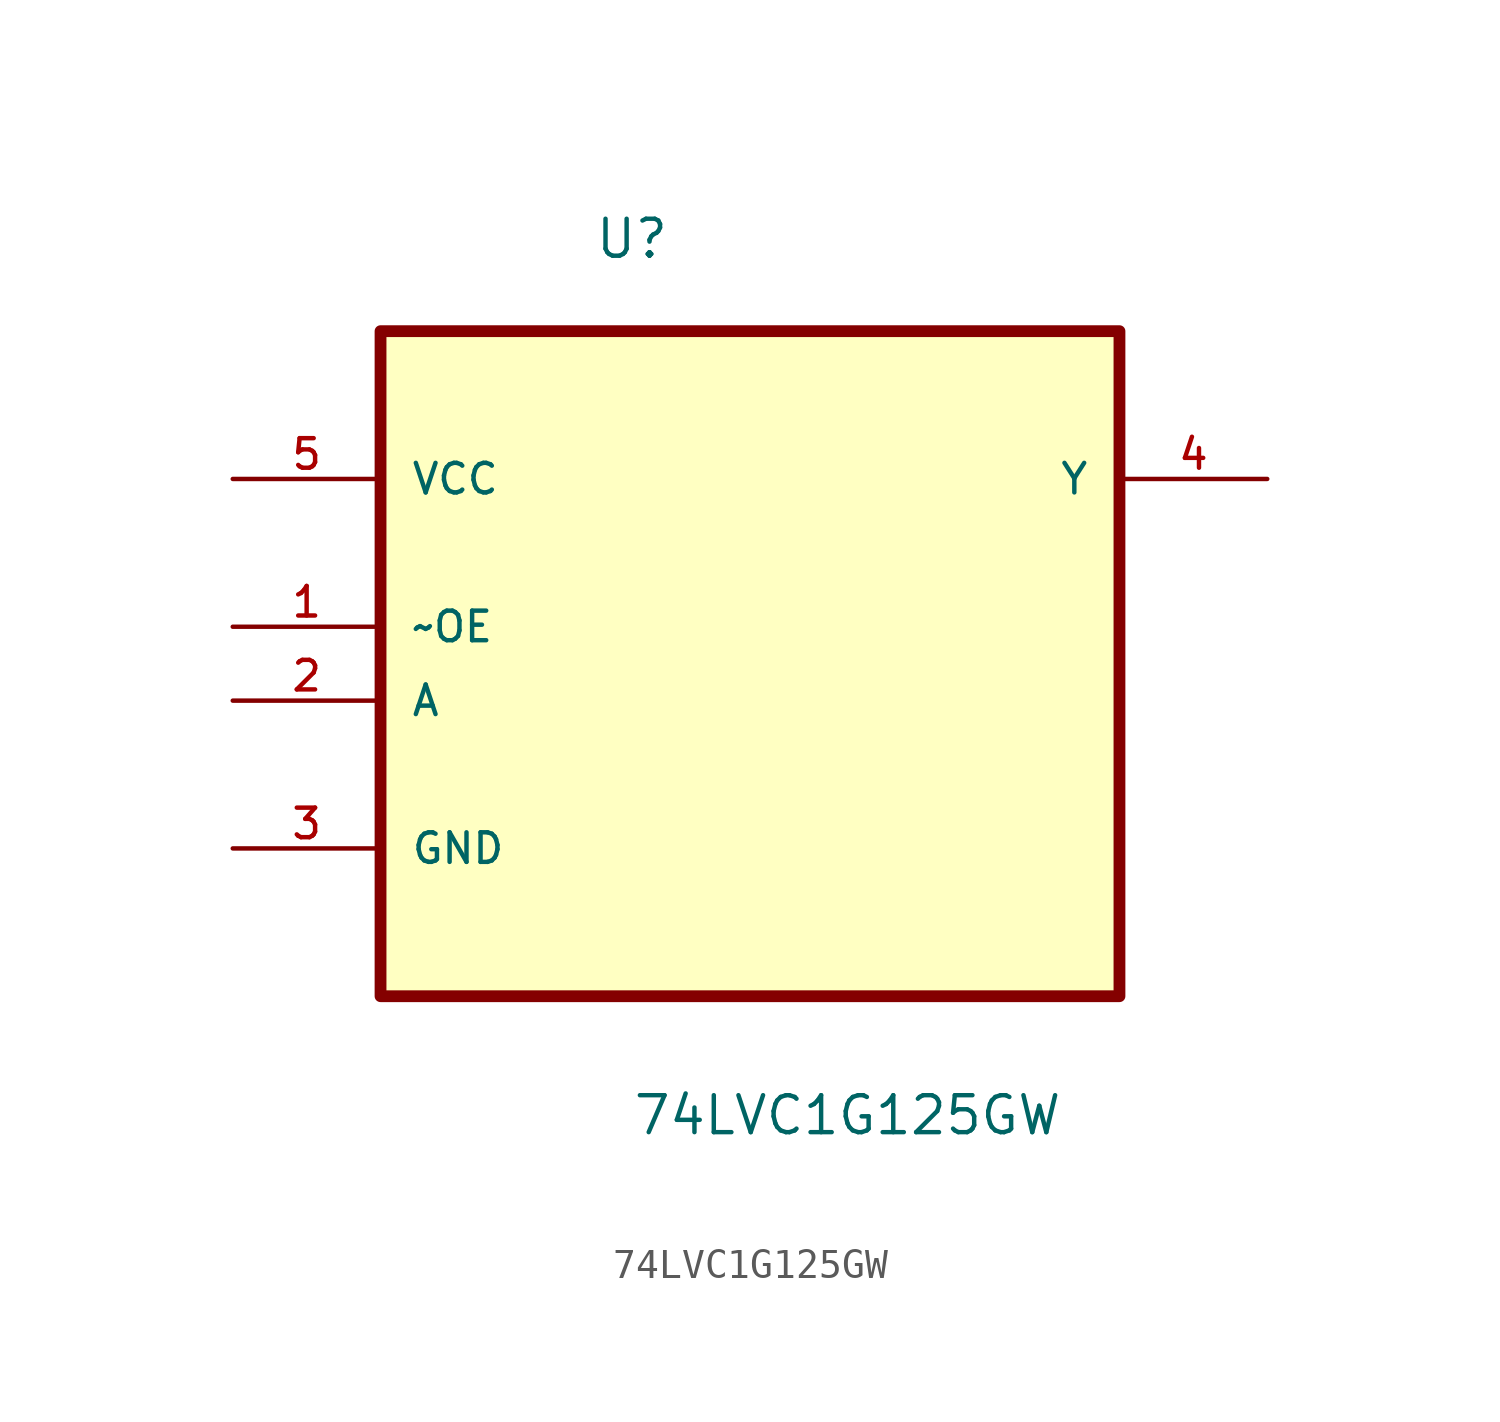
<source format=kicad_sym>
(kicad_symbol_lib
  (version 20211014)
  (generator kicad_symbol_editor)
  (symbol "74LVC1G125GW"
    (pin_names
      (offset 1.016))
    (property "Reference" "U"
      (at -5.369 10.051 0.0)
      (effects (font (size 1.27 1.27)) (justify bottom left)))
    (property "Value" "74LVC1G125GW"
      (at -4.066 -20.076 0.0)
      (effects (font (size 1.27 1.27)) (justify bottom left)))
    (symbol "74LVC1G125GW_0_0"
      (rectangle (start -12.7 -15.24) (end 12.7 7.62) (stroke (width 0.406)) (fill (type background)))
      (pin power_in line (at -17.78 2.54 0) (length 5.08) (name "VCC" (effects (font (size 1.016 1.016)))) (number "5" (effects (font (size 1.016 1.016)))))
      (pin input line (at -17.78 -2.54 0) (length 5.08) (name "~OE" (effects (font (size 1.016 1.016)))) (number "1" (effects (font (size 1.016 1.016)))))
      (pin input line (at -17.78 -5.08 0) (length 5.08) (name "A" (effects (font (size 1.016 1.016)))) (number "2" (effects (font (size 1.016 1.016)))))
      (pin passive line (at -17.78 -10.16 0) (length 5.08) (name "GND" (effects (font (size 1.016 1.016)))) (number "3" (effects (font (size 1.016 1.016)))))
      (pin output line (at 17.78 2.54 180.0) (length 5.08) (name "Y" (effects (font (size 1.016 1.016)))) (number "4" (effects (font (size 1.016 1.016))))))))
</source>
